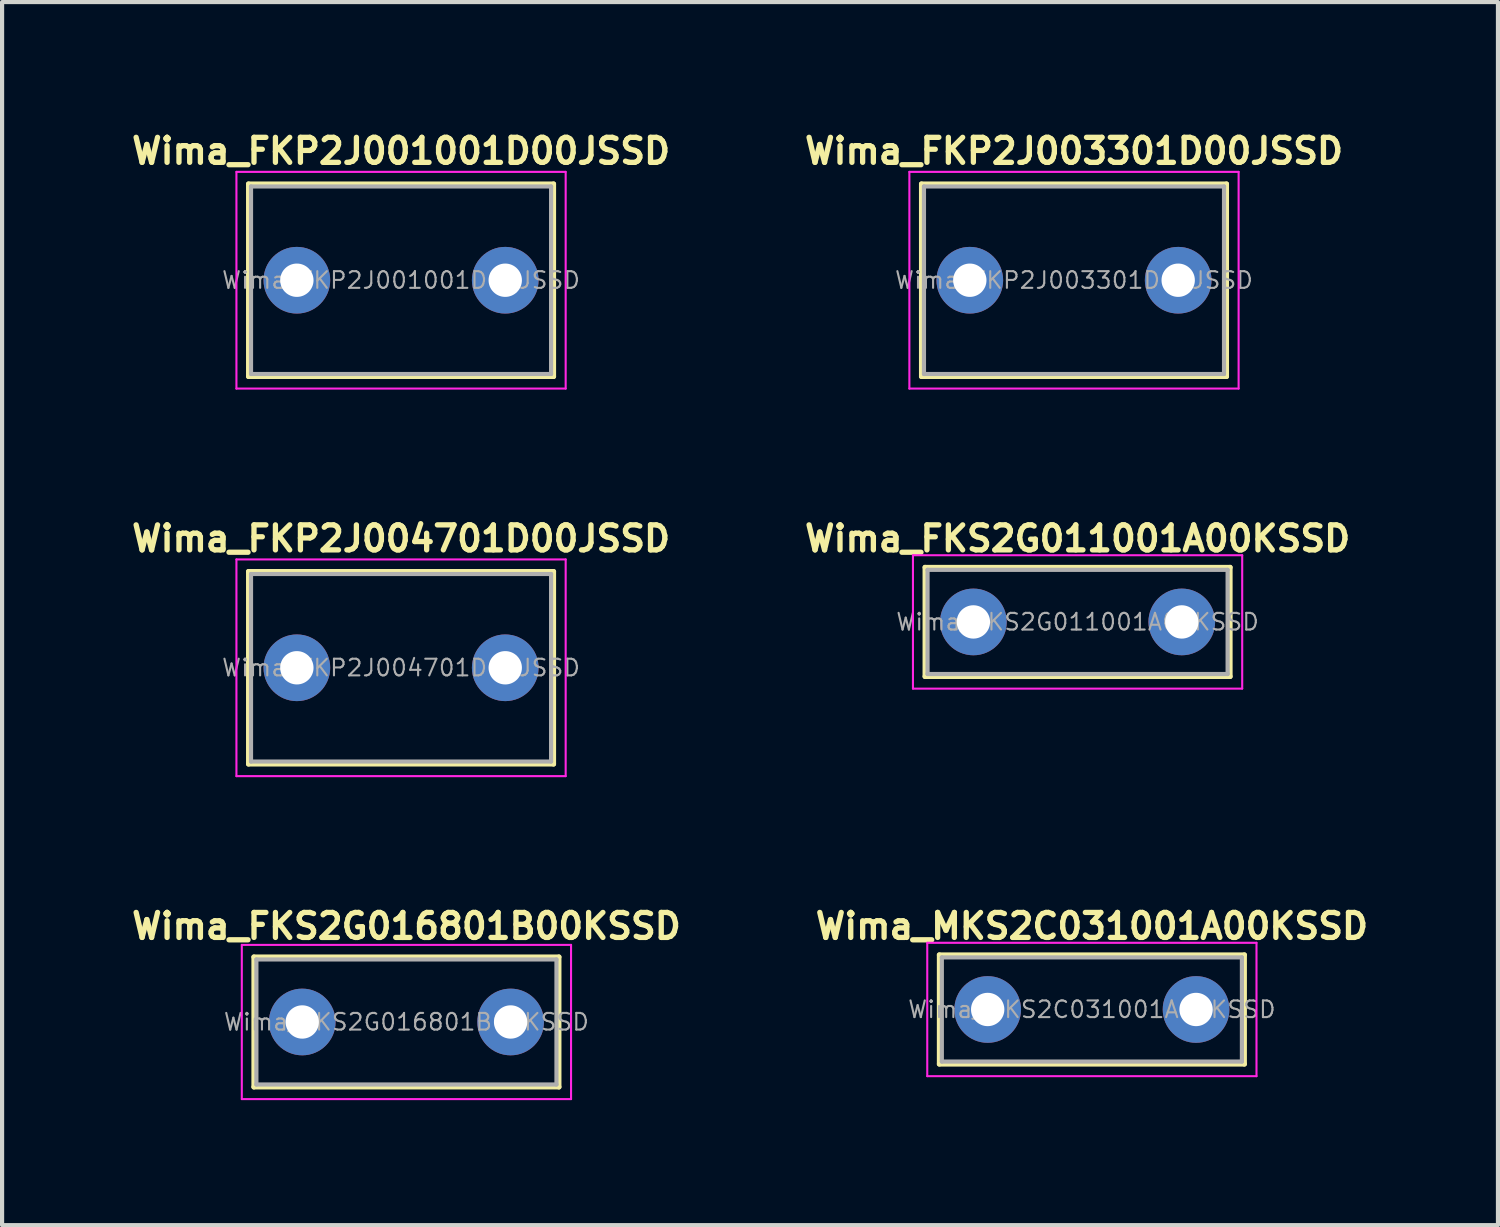
<source format=kicad_pcb>
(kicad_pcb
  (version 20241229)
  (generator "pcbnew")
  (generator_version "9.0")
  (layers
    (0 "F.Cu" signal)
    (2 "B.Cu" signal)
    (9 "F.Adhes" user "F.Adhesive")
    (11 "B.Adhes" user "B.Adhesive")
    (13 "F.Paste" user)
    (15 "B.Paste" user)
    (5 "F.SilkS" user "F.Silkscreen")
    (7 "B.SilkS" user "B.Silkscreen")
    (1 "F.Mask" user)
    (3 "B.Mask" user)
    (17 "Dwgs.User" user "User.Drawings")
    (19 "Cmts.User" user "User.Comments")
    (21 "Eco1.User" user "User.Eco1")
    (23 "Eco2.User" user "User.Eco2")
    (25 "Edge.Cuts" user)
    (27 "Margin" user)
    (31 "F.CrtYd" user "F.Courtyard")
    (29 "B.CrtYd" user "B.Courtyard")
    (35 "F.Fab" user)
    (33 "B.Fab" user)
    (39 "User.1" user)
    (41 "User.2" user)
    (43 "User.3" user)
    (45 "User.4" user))
  (footprint "Wima_FKS2G016801B00KSSD"
    (layer "F.Cu")
    (at 6.702 21.472)
    (property "Reference" "Wima_FKS2G016801B00KSSD" (at 0 -2.3 0) (layer "F.SilkS") (effects (font (size 0.6 0.6) (thickness 0.127))))
    (attr through_hole)
    (fp_line (start -3.66 -1.56) (end -3.66 1.56) (stroke (width 0.12) (type solid)) (layer "F.SilkS"))
    (fp_line (start -3.66 -1.56) (end 3.66 -1.56) (stroke (width 0.12) (type solid)) (layer "F.SilkS"))
    (fp_line (start -3.66 1.56) (end 3.66 1.56) (stroke (width 0.12) (type solid)) (layer "F.SilkS"))
    (fp_line (start 3.66 -1.56) (end 3.66 1.56) (stroke (width 0.12) (type solid)) (layer "F.SilkS"))
    (fp_line (start -3.95 -1.85) (end -3.95 1.85) (stroke (width 0.05) (type solid)) (layer "F.CrtYd"))
    (fp_line (start -3.95 1.85) (end 3.95 1.85) (stroke (width 0.05) (type solid)) (layer "F.CrtYd"))
    (fp_line (start 3.95 -1.85) (end -3.95 -1.85) (stroke (width 0.05) (type solid)) (layer "F.CrtYd"))
    (fp_line (start 3.95 1.85) (end 3.95 -1.85) (stroke (width 0.05) (type solid)) (layer "F.CrtYd"))
    (fp_line (start -3.6 -1.5) (end -3.6 1.5) (stroke (width 0.1) (type solid)) (layer "F.Fab"))
    (fp_line (start -3.6 1.5) (end 3.6 1.5) (stroke (width 0.1) (type solid)) (layer "F.Fab"))
    (fp_line (start 3.6 -1.5) (end -3.6 -1.5) (stroke (width 0.1) (type solid)) (layer "F.Fab"))
    (fp_line (start 3.6 1.5) (end 3.6 -1.5) (stroke (width 0.1) (type solid)) (layer "F.Fab"))
    (fp_text user "${REFERENCE}" (at 0 0 0) (layer "F.Fab") (effects (font (size 0.4 0.4) (thickness 0.05))))
    (pad "1" thru_hole circle (at -2.5 0) (size 1.6 1.6) (drill 0.8) (layers "*.Cu" "*.Mask"))
    (pad "2" thru_hole circle (at 2.5 0) (size 1.6 1.6) (drill 0.8) (layers "*.Cu" "*.Mask")))
  (footprint "Wima_FKP2J001001D00JSSD"
    (layer "F.Cu")
    (at 6.573 3.674)
    (property "Reference" "Wima_FKP2J001001D00JSSD" (at 0 -3.1 0) (layer "F.SilkS") (effects (font (size 0.6 0.6) (thickness 0.127))))
    (attr through_hole)
    (fp_line (start -3.66 -2.31) (end -3.66 2.31) (stroke (width 0.12) (type solid)) (layer "F.SilkS"))
    (fp_line (start -3.66 -2.31) (end 3.66 -2.31) (stroke (width 0.12) (type solid)) (layer "F.SilkS"))
    (fp_line (start -3.66 2.31) (end 3.66 2.31) (stroke (width 0.12) (type solid)) (layer "F.SilkS"))
    (fp_line (start 3.66 -2.31) (end 3.66 2.31) (stroke (width 0.12) (type solid)) (layer "F.SilkS"))
    (fp_line (start -3.95 -2.6) (end -3.95 2.6) (stroke (width 0.05) (type solid)) (layer "F.CrtYd"))
    (fp_line (start -3.95 2.6) (end 3.95 2.6) (stroke (width 0.05) (type solid)) (layer "F.CrtYd"))
    (fp_line (start 3.95 -2.6) (end -3.95 -2.6) (stroke (width 0.05) (type solid)) (layer "F.CrtYd"))
    (fp_line (start 3.95 2.6) (end 3.95 -2.6) (stroke (width 0.05) (type solid)) (layer "F.CrtYd"))
    (fp_line (start -3.6 -2.25) (end -3.6 2.25) (stroke (width 0.1) (type solid)) (layer "F.Fab"))
    (fp_line (start -3.6 2.25) (end 3.6 2.25) (stroke (width 0.1) (type solid)) (layer "F.Fab"))
    (fp_line (start 3.6 -2.25) (end -3.6 -2.25) (stroke (width 0.1) (type solid)) (layer "F.Fab"))
    (fp_line (start 3.6 2.25) (end 3.6 -2.25) (stroke (width 0.1) (type solid)) (layer "F.Fab"))
    (fp_text user "${REFERENCE}" (at 0 0 0) (layer "F.Fab") (effects (font (size 0.4 0.4) (thickness 0.05))))
    (pad "1" thru_hole circle (at -2.5 0) (size 1.6 1.6) (drill 0.8) (layers "*.Cu" "*.Mask"))
    (pad "2" thru_hole circle (at 2.5 0) (size 1.6 1.6) (drill 0.8) (layers "*.Cu" "*.Mask")))
  (footprint "Wima_FKP2J004701D00JSSD"
    (layer "F.Cu")
    (at 6.573 12.973)
    (property "Reference" "Wima_FKP2J004701D00JSSD" (at 0 -3.1 0) (layer "F.SilkS") (effects (font (size 0.6 0.6) (thickness 0.127))))
    (attr through_hole)
    (fp_line (start -3.66 -2.31) (end -3.66 2.31) (stroke (width 0.12) (type solid)) (layer "F.SilkS"))
    (fp_line (start -3.66 -2.31) (end 3.66 -2.31) (stroke (width 0.12) (type solid)) (layer "F.SilkS"))
    (fp_line (start -3.66 2.31) (end 3.66 2.31) (stroke (width 0.12) (type solid)) (layer "F.SilkS"))
    (fp_line (start 3.66 -2.31) (end 3.66 2.31) (stroke (width 0.12) (type solid)) (layer "F.SilkS"))
    (fp_line (start -3.95 -2.6) (end -3.95 2.6) (stroke (width 0.05) (type solid)) (layer "F.CrtYd"))
    (fp_line (start -3.95 2.6) (end 3.95 2.6) (stroke (width 0.05) (type solid)) (layer "F.CrtYd"))
    (fp_line (start 3.95 -2.6) (end -3.95 -2.6) (stroke (width 0.05) (type solid)) (layer "F.CrtYd"))
    (fp_line (start 3.95 2.6) (end 3.95 -2.6) (stroke (width 0.05) (type solid)) (layer "F.CrtYd"))
    (fp_line (start -3.6 -2.25) (end -3.6 2.25) (stroke (width 0.1) (type solid)) (layer "F.Fab"))
    (fp_line (start -3.6 2.25) (end 3.6 2.25) (stroke (width 0.1) (type solid)) (layer "F.Fab"))
    (fp_line (start 3.6 -2.25) (end -3.6 -2.25) (stroke (width 0.1) (type solid)) (layer "F.Fab"))
    (fp_line (start 3.6 2.25) (end 3.6 -2.25) (stroke (width 0.1) (type solid)) (layer "F.Fab"))
    (fp_text user "${REFERENCE}" (at 0 0 0) (layer "F.Fab") (effects (font (size 0.4 0.4) (thickness 0.05))))
    (pad "1" thru_hole circle (at -2.5 0) (size 1.6 1.6) (drill 0.8) (layers "*.Cu" "*.Mask"))
    (pad "2" thru_hole circle (at 2.5 0) (size 1.6 1.6) (drill 0.8) (layers "*.Cu" "*.Mask")))
  (footprint "Wima_FKP2J003301D00JSSD"
    (layer "F.Cu")
    (at 22.72 3.674)
    (property "Reference" "Wima_FKP2J003301D00JSSD" (at 0 -3.1 0) (layer "F.SilkS") (effects (font (size 0.6 0.6) (thickness 0.127))))
    (attr through_hole)
    (fp_line (start -3.66 -2.31) (end -3.66 2.31) (stroke (width 0.12) (type solid)) (layer "F.SilkS"))
    (fp_line (start -3.66 -2.31) (end 3.66 -2.31) (stroke (width 0.12) (type solid)) (layer "F.SilkS"))
    (fp_line (start -3.66 2.31) (end 3.66 2.31) (stroke (width 0.12) (type solid)) (layer "F.SilkS"))
    (fp_line (start 3.66 -2.31) (end 3.66 2.31) (stroke (width 0.12) (type solid)) (layer "F.SilkS"))
    (fp_line (start -3.95 -2.6) (end -3.95 2.6) (stroke (width 0.05) (type solid)) (layer "F.CrtYd"))
    (fp_line (start -3.95 2.6) (end 3.95 2.6) (stroke (width 0.05) (type solid)) (layer "F.CrtYd"))
    (fp_line (start 3.95 -2.6) (end -3.95 -2.6) (stroke (width 0.05) (type solid)) (layer "F.CrtYd"))
    (fp_line (start 3.95 2.6) (end 3.95 -2.6) (stroke (width 0.05) (type solid)) (layer "F.CrtYd"))
    (fp_line (start -3.6 -2.25) (end -3.6 2.25) (stroke (width 0.1) (type solid)) (layer "F.Fab"))
    (fp_line (start -3.6 2.25) (end 3.6 2.25) (stroke (width 0.1) (type solid)) (layer "F.Fab"))
    (fp_line (start 3.6 -2.25) (end -3.6 -2.25) (stroke (width 0.1) (type solid)) (layer "F.Fab"))
    (fp_line (start 3.6 2.25) (end 3.6 -2.25) (stroke (width 0.1) (type solid)) (layer "F.Fab"))
    (fp_text user "${REFERENCE}" (at 0 0 0) (layer "F.Fab") (effects (font (size 0.4 0.4) (thickness 0.05))))
    (pad "1" thru_hole circle (at -2.5 0) (size 1.6 1.6) (drill 0.8) (layers "*.Cu" "*.Mask"))
    (pad "2" thru_hole circle (at 2.5 0) (size 1.6 1.6) (drill 0.8) (layers "*.Cu" "*.Mask")))
  (footprint "Wima_FKS2G011001A00KSSD"
    (layer "F.Cu")
    (at 22.806 11.873)
    (property "Reference" "Wima_FKS2G011001A00KSSD" (at 0 -2 0) (layer "F.SilkS") (effects (font (size 0.6 0.6) (thickness 0.127))))
    (attr through_hole)
    (fp_line (start -3.66 -1.31) (end -3.66 1.31) (stroke (width 0.12) (type solid)) (layer "F.SilkS"))
    (fp_line (start -3.66 -1.31) (end 3.66 -1.31) (stroke (width 0.12) (type solid)) (layer "F.SilkS"))
    (fp_line (start -3.66 1.31) (end 3.66 1.31) (stroke (width 0.12) (type solid)) (layer "F.SilkS"))
    (fp_line (start 3.66 -1.31) (end 3.66 1.31) (stroke (width 0.12) (type solid)) (layer "F.SilkS"))
    (fp_line (start -3.95 -1.6) (end -3.95 1.6) (stroke (width 0.05) (type solid)) (layer "F.CrtYd"))
    (fp_line (start -3.95 1.6) (end 3.95 1.6) (stroke (width 0.05) (type solid)) (layer "F.CrtYd"))
    (fp_line (start 3.95 -1.6) (end -3.95 -1.6) (stroke (width 0.05) (type solid)) (layer "F.CrtYd"))
    (fp_line (start 3.95 1.6) (end 3.95 -1.6) (stroke (width 0.05) (type solid)) (layer "F.CrtYd"))
    (fp_line (start -3.6 -1.25) (end -3.6 1.25) (stroke (width 0.1) (type solid)) (layer "F.Fab"))
    (fp_line (start -3.6 1.25) (end 3.6 1.25) (stroke (width 0.1) (type solid)) (layer "F.Fab"))
    (fp_line (start 3.6 -1.25) (end -3.6 -1.25) (stroke (width 0.1) (type solid)) (layer "F.Fab"))
    (fp_line (start 3.6 1.25) (end 3.6 -1.25) (stroke (width 0.1) (type solid)) (layer "F.Fab"))
    (fp_text user "${REFERENCE}" (at 0 0 0) (layer "F.Fab") (effects (font (size 0.4 0.4) (thickness 0.05))))
    (pad "1" thru_hole circle (at -2.5 0) (size 1.6 1.6) (drill 0.8) (layers "*.Cu" "*.Mask"))
    (pad "2" thru_hole circle (at 2.5 0) (size 1.6 1.6) (drill 0.8) (layers "*.Cu" "*.Mask")))
  (footprint "Wima_MKS2C031001A00KSSD"
    (layer "F.Cu")
    (at 23.149 21.172)
    (property "Reference" "Wima_MKS2C031001A00KSSD" (at 0 -2 0) (layer "F.SilkS") (effects (font (size 0.6 0.6) (thickness 0.127))))
    (attr through_hole)
    (fp_line (start -3.66 -1.31) (end -3.66 1.31) (stroke (width 0.12) (type solid)) (layer "F.SilkS"))
    (fp_line (start -3.66 -1.31) (end 3.66 -1.31) (stroke (width 0.12) (type solid)) (layer "F.SilkS"))
    (fp_line (start -3.66 1.31) (end 3.66 1.31) (stroke (width 0.12) (type solid)) (layer "F.SilkS"))
    (fp_line (start 3.66 -1.31) (end 3.66 1.31) (stroke (width 0.12) (type solid)) (layer "F.SilkS"))
    (fp_line (start -3.95 -1.6) (end -3.95 1.6) (stroke (width 0.05) (type solid)) (layer "F.CrtYd"))
    (fp_line (start -3.95 1.6) (end 3.95 1.6) (stroke (width 0.05) (type solid)) (layer "F.CrtYd"))
    (fp_line (start 3.95 -1.6) (end -3.95 -1.6) (stroke (width 0.05) (type solid)) (layer "F.CrtYd"))
    (fp_line (start 3.95 1.6) (end 3.95 -1.6) (stroke (width 0.05) (type solid)) (layer "F.CrtYd"))
    (fp_line (start -3.6 -1.25) (end -3.6 1.25) (stroke (width 0.1) (type solid)) (layer "F.Fab"))
    (fp_line (start -3.6 1.25) (end 3.6 1.25) (stroke (width 0.1) (type solid)) (layer "F.Fab"))
    (fp_line (start 3.6 -1.25) (end -3.6 -1.25) (stroke (width 0.1) (type solid)) (layer "F.Fab"))
    (fp_line (start 3.6 1.25) (end 3.6 -1.25) (stroke (width 0.1) (type solid)) (layer "F.Fab"))
    (fp_text user "${REFERENCE}" (at 0 0 0) (layer "F.Fab") (effects (font (size 0.4 0.4) (thickness 0.05))))
    (pad "1" thru_hole circle (at -2.5 0) (size 1.6 1.6) (drill 0.8) (layers "*.Cu" "*.Mask"))
    (pad "2" thru_hole circle (at 2.5 0) (size 1.6 1.6) (drill 0.8) (layers "*.Cu" "*.Mask")))
  (gr_rect
    (start -3 -3)
    (end 32.893 26.347)
    (stroke (width 0.1) (type default))
    (fill no)
    (layer "Edge.Cuts")))
</source>
